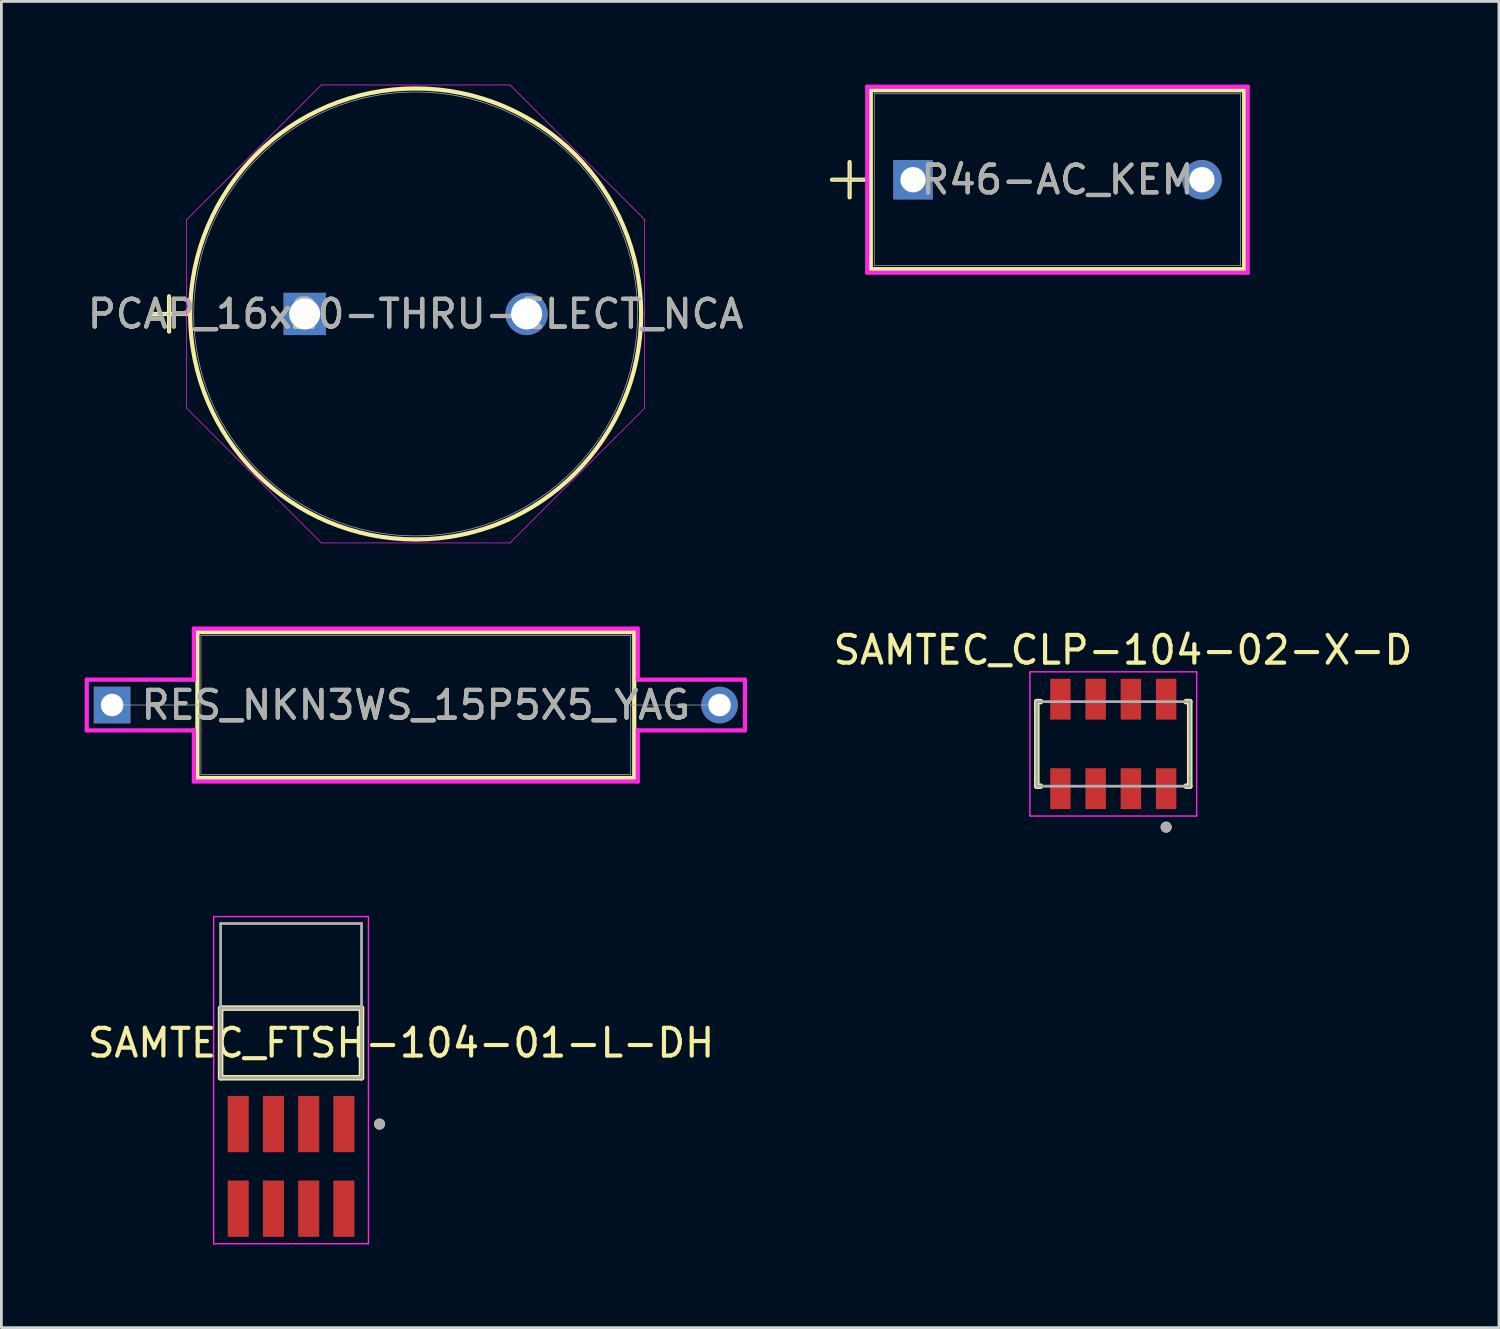
<source format=kicad_pcb>
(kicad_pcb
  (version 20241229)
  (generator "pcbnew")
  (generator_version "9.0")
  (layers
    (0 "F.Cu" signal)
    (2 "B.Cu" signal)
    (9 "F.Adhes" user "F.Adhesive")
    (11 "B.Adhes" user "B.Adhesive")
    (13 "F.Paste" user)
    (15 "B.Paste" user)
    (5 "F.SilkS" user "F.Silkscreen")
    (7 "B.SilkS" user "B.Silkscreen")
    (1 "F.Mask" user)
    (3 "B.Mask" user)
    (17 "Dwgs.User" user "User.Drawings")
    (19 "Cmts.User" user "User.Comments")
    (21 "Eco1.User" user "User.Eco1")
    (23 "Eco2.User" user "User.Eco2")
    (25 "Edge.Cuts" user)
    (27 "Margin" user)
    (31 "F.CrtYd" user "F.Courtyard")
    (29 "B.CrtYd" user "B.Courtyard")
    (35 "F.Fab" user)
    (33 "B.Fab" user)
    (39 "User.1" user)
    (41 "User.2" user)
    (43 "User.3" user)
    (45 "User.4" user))
  (footprint "SAMTEC_CLP-104-02-X-D"
    (layer "F.Cu")
    (at 37.085 23.769)
    (property "Reference" "SAMTEC_CLP-104-02-X-D" (at 0.35 -3.385 0) (layer "F.SilkS") (effects (font (size 1 1) (thickness 0.15))))
    (attr smd)
    (fp_line (start -2.756 -1.524) (end -2.623 -1.524) (stroke (width 0.2) (type solid)) (layer "F.SilkS"))
    (fp_line (start -2.756 1.524) (end -2.756 -1.524) (stroke (width 0.2) (type solid)) (layer "F.SilkS"))
    (fp_line (start -2.623 1.524) (end -2.756 1.524) (stroke (width 0.2) (type solid)) (layer "F.SilkS"))
    (fp_line (start 2.623 -1.524) (end 2.756 -1.524) (stroke (width 0.2) (type solid)) (layer "F.SilkS"))
    (fp_line (start 2.756 -1.524) (end 2.756 1.524) (stroke (width 0.2) (type solid)) (layer "F.SilkS"))
    (fp_line (start 2.756 1.524) (end 2.623 1.524) (stroke (width 0.2) (type solid)) (layer "F.SilkS"))
    (fp_circle (center 1.905 3) (end 2.005 3) (stroke (width 0.2) (type solid)) (fill no) (layer "F.SilkS"))
    (fp_line (start -3.006 -2.599) (end -3.006 2.599) (stroke (width 0.05) (type solid)) (layer "F.CrtYd"))
    (fp_line (start -3.006 2.599) (end 3.006 2.599) (stroke (width 0.05) (type solid)) (layer "F.CrtYd"))
    (fp_line (start 3.006 -2.599) (end -3.006 -2.599) (stroke (width 0.05) (type solid)) (layer "F.CrtYd"))
    (fp_line (start 3.006 2.599) (end 3.006 -2.599) (stroke (width 0.05) (type solid)) (layer "F.CrtYd"))
    (fp_line (start -2.756 -1.524) (end 2.756 -1.524) (stroke (width 0.1) (type solid)) (layer "F.Fab"))
    (fp_line (start -2.756 1.524) (end -2.756 -1.524) (stroke (width 0.1) (type solid)) (layer "F.Fab"))
    (fp_line (start 2.756 -1.524) (end 2.756 1.524) (stroke (width 0.1) (type solid)) (layer "F.Fab"))
    (fp_line (start 2.756 1.524) (end -2.756 1.524) (stroke (width 0.1) (type solid)) (layer "F.Fab"))
    (fp_circle (center 1.905 3) (end 2.005 3) (stroke (width 0.2) (type solid)) (fill no) (layer "F.Fab"))
    (pad "01" smd rect (at 1.905 1.613) (size 0.737 1.473) (layers "F.Cu" "F.Mask" "F.Paste"))
    (pad "02" smd rect (at 1.905 -1.613) (size 0.737 1.473) (layers "F.Cu" "F.Mask" "F.Paste"))
    (pad "03" smd rect (at 0.635 1.613) (size 0.737 1.473) (layers "F.Cu" "F.Mask" "F.Paste"))
    (pad "04" smd rect (at 0.635 -1.613) (size 0.737 1.473) (layers "F.Cu" "F.Mask" "F.Paste"))
    (pad "05" smd rect (at -0.635 1.613) (size 0.737 1.473) (layers "F.Cu" "F.Mask" "F.Paste"))
    (pad "06" smd rect (at -0.635 -1.613) (size 0.737 1.473) (layers "F.Cu" "F.Mask" "F.Paste"))
    (pad "07" smd rect (at -1.905 1.613) (size 0.737 1.473) (layers "F.Cu" "F.Mask" "F.Paste"))
    (pad "08" smd rect (at -1.905 -1.613) (size 0.737 1.473) (layers "F.Cu" "F.Mask" "F.Paste")))
  (footprint "SAMTEC_FTSH-104-01-L-DH"
    (layer "F.Cu")
    (at 7.443 38.999)
    (property "Reference" "SAMTEC_FTSH-104-01-L-DH" (at 3.968 -4.45 0) (layer "F.SilkS") (effects (font (size 1 1) (thickness 0.15))))
    (attr smd)
    (fp_line (start -2.54 -3.195) (end -2.54 -5.705) (stroke (width 0.2) (type solid)) (layer "F.SilkS"))
    (fp_line (start 2.54 -5.705) (end -2.54 -5.705) (stroke (width 0.2) (type solid)) (layer "F.SilkS"))
    (fp_line (start 2.54 -5.705) (end 2.54 -3.195) (stroke (width 0.2) (type solid)) (layer "F.SilkS"))
    (fp_line (start 2.54 -3.195) (end -2.54 -3.195) (stroke (width 0.2) (type solid)) (layer "F.SilkS"))
    (fp_circle (center 3.19 -1.525) (end 3.29 -1.525) (stroke (width 0.2) (type solid)) (fill no) (layer "F.SilkS"))
    (fp_line (start -2.79 -9.005) (end 2.79 -9.005) (stroke (width 0.05) (type solid)) (layer "F.CrtYd"))
    (fp_line (start -2.79 2.79) (end -2.79 -9.005) (stroke (width 0.05) (type solid)) (layer "F.CrtYd"))
    (fp_line (start 2.79 -9.005) (end 2.79 2.79) (stroke (width 0.05) (type solid)) (layer "F.CrtYd"))
    (fp_line (start 2.79 2.79) (end -2.79 2.79) (stroke (width 0.05) (type solid)) (layer "F.CrtYd"))
    (fp_line (start -2.54 -8.755) (end 2.54 -8.755) (stroke (width 0.1) (type solid)) (layer "F.Fab"))
    (fp_line (start -2.54 -5.705) (end 2.54 -5.705) (stroke (width 0.1) (type solid)) (layer "F.Fab"))
    (fp_line (start -2.54 -3.195) (end -2.54 -8.755) (stroke (width 0.1) (type solid)) (layer "F.Fab"))
    (fp_line (start -2.54 -3.195) (end -2.54 -5.705) (stroke (width 0.1) (type solid)) (layer "F.Fab"))
    (fp_line (start 2.54 -8.755) (end 2.54 -3.195) (stroke (width 0.1) (type solid)) (layer "F.Fab"))
    (fp_line (start 2.54 -5.705) (end 2.54 -3.195) (stroke (width 0.1) (type solid)) (layer "F.Fab"))
    (fp_line (start 2.54 -3.195) (end -2.54 -3.195) (stroke (width 0.1) (type solid)) (layer "F.Fab"))
    (fp_circle (center 3.19 -1.525) (end 3.29 -1.525) (stroke (width 0.2) (type solid)) (fill no) (layer "F.Fab"))
    (pad "1" smd rect (at 1.905 -1.525) (size 0.76 2.03) (layers "F.Cu" "F.Mask" "F.Paste"))
    (pad "2" smd rect (at 1.905 1.525) (size 0.76 2.03) (layers "F.Cu" "F.Mask" "F.Paste"))
    (pad "3" smd rect (at 0.635 -1.525) (size 0.76 2.03) (layers "F.Cu" "F.Mask" "F.Paste"))
    (pad "4" smd rect (at 0.635 1.525) (size 0.76 2.03) (layers "F.Cu" "F.Mask" "F.Paste"))
    (pad "5" smd rect (at -0.635 -1.525) (size 0.76 2.03) (layers "F.Cu" "F.Mask" "F.Paste"))
    (pad "6" smd rect (at -0.635 1.525) (size 0.76 2.03) (layers "F.Cu" "F.Mask" "F.Paste"))
    (pad "7" smd rect (at -1.905 -1.525) (size 0.76 2.03) (layers "F.Cu" "F.Mask" "F.Paste"))
    (pad "8" smd rect (at -1.905 1.525) (size 0.76 2.03) (layers "F.Cu" "F.Mask" "F.Paste")))
  (footprint "PCAP_16x20-THRU-ELECT_NCA"
    (layer "F.Cu")
    (at 7.934 8.268)
    (property "Reference" "PCAP_16x20-THRU-ELECT_NCA" (at 4 0 0) (unlocked yes) (layer "F.SilkS") (effects (font (size 1 1) (thickness 0.15))))
    (attr through_hole)
    (fp_line (start -5.524 0) (end -4.255 0) (stroke (width 0.152) (type solid)) (layer "F.SilkS"))
    (fp_line (start -4.889 -0.635) (end -4.889 0.635) (stroke (width 0.152) (type solid)) (layer "F.SilkS"))
    (fp_circle (center 4 0) (end 12.129 0) (stroke (width 0.152) (type solid)) (fill no) (layer "F.SilkS"))
    (fp_line (start -4.255 -3.399) (end 0.601 -8.255) (stroke (width 0.025) (type solid)) (layer "F.CrtYd"))
    (fp_line (start -4.255 3.399) (end -4.255 -3.399) (stroke (width 0.025) (type solid)) (layer "F.CrtYd"))
    (fp_line (start 0.601 -8.255) (end 7.4 -8.255) (stroke (width 0.025) (type solid)) (layer "F.CrtYd"))
    (fp_line (start 0.601 8.255) (end -4.255 3.399) (stroke (width 0.025) (type solid)) (layer "F.CrtYd"))
    (fp_line (start 7.4 -8.255) (end 12.255 -3.399) (stroke (width 0.025) (type solid)) (layer "F.CrtYd"))
    (fp_line (start 7.4 8.255) (end 0.601 8.255) (stroke (width 0.025) (type solid)) (layer "F.CrtYd"))
    (fp_line (start 12.255 -3.399) (end 12.255 3.399) (stroke (width 0.025) (type solid)) (layer "F.CrtYd"))
    (fp_line (start 12.255 3.399) (end 7.4 8.255) (stroke (width 0.025) (type solid)) (layer "F.CrtYd"))
    (fp_line (start -5.524 0) (end -4.255 0) (stroke (width 0.025) (type solid)) (layer "F.Fab"))
    (fp_line (start -4.889 -0.635) (end -4.889 0.635) (stroke (width 0.025) (type solid)) (layer "F.Fab"))
    (fp_circle (center 4 0) (end 12.002 0) (stroke (width 0.025) (type solid)) (fill no) (layer "F.Fab"))
    (fp_text user "${REFERENCE}" (at 4 0 0) (unlocked yes) (layer "F.Fab") (effects (font (size 1 1) (thickness 0.15))))
    (pad "1" thru_hole rect (at 0 0) (size 1.524 1.524) (drill 1.118) (layers "*.Cu" "*.Mask"))
    (pad "2" thru_hole circle (at 8.001 0) (size 1.524 1.524) (drill 1.118) (layers "*.Cu" "*.Mask")))
  (footprint "R46-AC_KEM"
    (layer "F.Cu")
    (at 29.866 3.429)
    (property "Reference" "R46-AC_KEM" (at 5.207 0 0) (unlocked yes) (layer "F.SilkS") (effects (font (size 1 1) (thickness 0.15))))
    (attr through_hole)
    (fp_line (start -2.921 0) (end -1.651 0) (stroke (width 0.152) (type solid)) (layer "F.SilkS"))
    (fp_line (start -2.286 -0.635) (end -2.286 0.635) (stroke (width 0.152) (type solid)) (layer "F.SilkS"))
    (fp_line (start -1.524 -3.226) (end -1.524 3.226) (stroke (width 0.152) (type solid)) (layer "F.SilkS"))
    (fp_line (start 11.938 -3.226) (end -1.524 -3.226) (stroke (width 0.152) (type solid)) (layer "F.SilkS"))
    (fp_line (start 11.938 -3.226) (end 11.938 3.226) (stroke (width 0.152) (type solid)) (layer "F.SilkS"))
    (fp_line (start 11.938 3.226) (end -1.524 3.226) (stroke (width 0.152) (type solid)) (layer "F.SilkS"))
    (fp_line (start -1.651 -3.353) (end 12.065 -3.353) (stroke (width 0.152) (type solid)) (layer "F.CrtYd"))
    (fp_line (start -1.651 3.353) (end -1.651 -3.353) (stroke (width 0.152) (type solid)) (layer "F.CrtYd"))
    (fp_line (start 12.065 -3.353) (end 12.065 3.353) (stroke (width 0.152) (type solid)) (layer "F.CrtYd"))
    (fp_line (start 12.065 3.353) (end -1.651 3.353) (stroke (width 0.152) (type solid)) (layer "F.CrtYd"))
    (fp_line (start -2.921 0) (end -1.651 0) (stroke (width 0.025) (type solid)) (layer "F.Fab"))
    (fp_line (start -2.286 -0.635) (end -2.286 0.635) (stroke (width 0.025) (type solid)) (layer "F.Fab"))
    (fp_line (start -1.397 -3.099) (end -1.397 3.099) (stroke (width 0.025) (type solid)) (layer "F.Fab"))
    (fp_line (start 11.811 -3.099) (end -1.397 -3.099) (stroke (width 0.025) (type solid)) (layer "F.Fab"))
    (fp_line (start 11.811 -3.099) (end 11.811 3.099) (stroke (width 0.025) (type solid)) (layer "F.Fab"))
    (fp_line (start 11.811 3.099) (end -1.397 3.099) (stroke (width 0.025) (type solid)) (layer "F.Fab"))
    (fp_text user "${REFERENCE}" (at 5.207 0 0) (unlocked yes) (layer "F.Fab") (effects (font (size 1 1) (thickness 0.15))))
    (pad "1" thru_hole rect (at 0 0) (size 1.422 1.422) (drill 0.914) (layers "*.Cu" "*.Mask"))
    (pad "2" thru_hole circle (at 10.414 0) (size 1.422 1.422) (drill 0.914) (layers "*.Cu" "*.Mask")))
  (footprint "RES_NKN3WS_15P5X5_YAG"
    (layer "F.Cu")
    (at 0.991 22.367)
    (property "Reference" "RES_NKN3WS_15P5X5_YAG" (at 10.95 0 0) (unlocked yes) (layer "F.SilkS") (effects (font (size 1 1) (thickness 0.15))))
    (attr through_hole)
    (fp_line (start 3.076 -2.629) (end 3.076 2.629) (stroke (width 0.152) (type solid)) (layer "F.SilkS"))
    (fp_line (start 3.076 2.629) (end 18.824 2.629) (stroke (width 0.152) (type solid)) (layer "F.SilkS"))
    (fp_line (start 18.824 -2.629) (end 3.076 -2.629) (stroke (width 0.152) (type solid)) (layer "F.SilkS"))
    (fp_line (start 18.824 2.629) (end 18.824 -2.629) (stroke (width 0.152) (type solid)) (layer "F.SilkS"))
    (fp_line (start -0.914 -0.914) (end 2.949 -0.914) (stroke (width 0.152) (type solid)) (layer "F.CrtYd"))
    (fp_line (start -0.914 0.914) (end -0.914 -0.914) (stroke (width 0.152) (type solid)) (layer "F.CrtYd"))
    (fp_line (start 2.949 -2.756) (end 18.951 -2.756) (stroke (width 0.152) (type solid)) (layer "F.CrtYd"))
    (fp_line (start 2.949 -0.914) (end 2.949 -2.756) (stroke (width 0.152) (type solid)) (layer "F.CrtYd"))
    (fp_line (start 2.949 0.914) (end -0.914 0.914) (stroke (width 0.152) (type solid)) (layer "F.CrtYd"))
    (fp_line (start 2.949 2.756) (end 2.949 0.914) (stroke (width 0.152) (type solid)) (layer "F.CrtYd"))
    (fp_line (start 18.951 -2.756) (end 18.951 -0.914) (stroke (width 0.152) (type solid)) (layer "F.CrtYd"))
    (fp_line (start 18.951 -0.914) (end 22.814 -0.914) (stroke (width 0.152) (type solid)) (layer "F.CrtYd"))
    (fp_line (start 18.951 0.914) (end 18.951 2.756) (stroke (width 0.152) (type solid)) (layer "F.CrtYd"))
    (fp_line (start 18.951 2.756) (end 2.949 2.756) (stroke (width 0.152) (type solid)) (layer "F.CrtYd"))
    (fp_line (start 22.814 -0.914) (end 22.814 0.914) (stroke (width 0.152) (type solid)) (layer "F.CrtYd"))
    (fp_line (start 22.814 0.914) (end 18.951 0.914) (stroke (width 0.152) (type solid)) (layer "F.CrtYd"))
    (fp_line (start 0.000001 0) (end 3.203 0) (stroke (width 0.025) (type solid)) (layer "F.Fab"))
    (fp_line (start 3.203 -2.502) (end 3.203 2.502) (stroke (width 0.025) (type solid)) (layer "F.Fab"))
    (fp_line (start 3.203 2.502) (end 18.697 2.502) (stroke (width 0.025) (type solid)) (layer "F.Fab"))
    (fp_line (start 18.697 -2.502) (end 3.203 -2.502) (stroke (width 0.025) (type solid)) (layer "F.Fab"))
    (fp_line (start 18.697 2.502) (end 18.697 -2.502) (stroke (width 0.025) (type solid)) (layer "F.Fab"))
    (fp_line (start 21.9 0) (end 18.697 0) (stroke (width 0.025) (type solid)) (layer "F.Fab"))
    (fp_text user "${REFERENCE}" (at 10.95 0 0) (unlocked yes) (layer "F.Fab") (effects (font (size 1 1) (thickness 0.15))))
    (pad "1" thru_hole rect (at 0.000001 0) (size 1.321 1.321) (drill 0.813) (layers "*.Cu" "*.Mask"))
    (pad "2" thru_hole circle (at 21.9 0) (size 1.321 1.321) (drill 0.813) (layers "*.Cu" "*.Mask")))
  (gr_rect
    (start -3 -3)
    (end 50.988 44.814)
    (stroke (width 0.1) (type default))
    (fill no)
    (layer "Edge.Cuts")))
</source>
